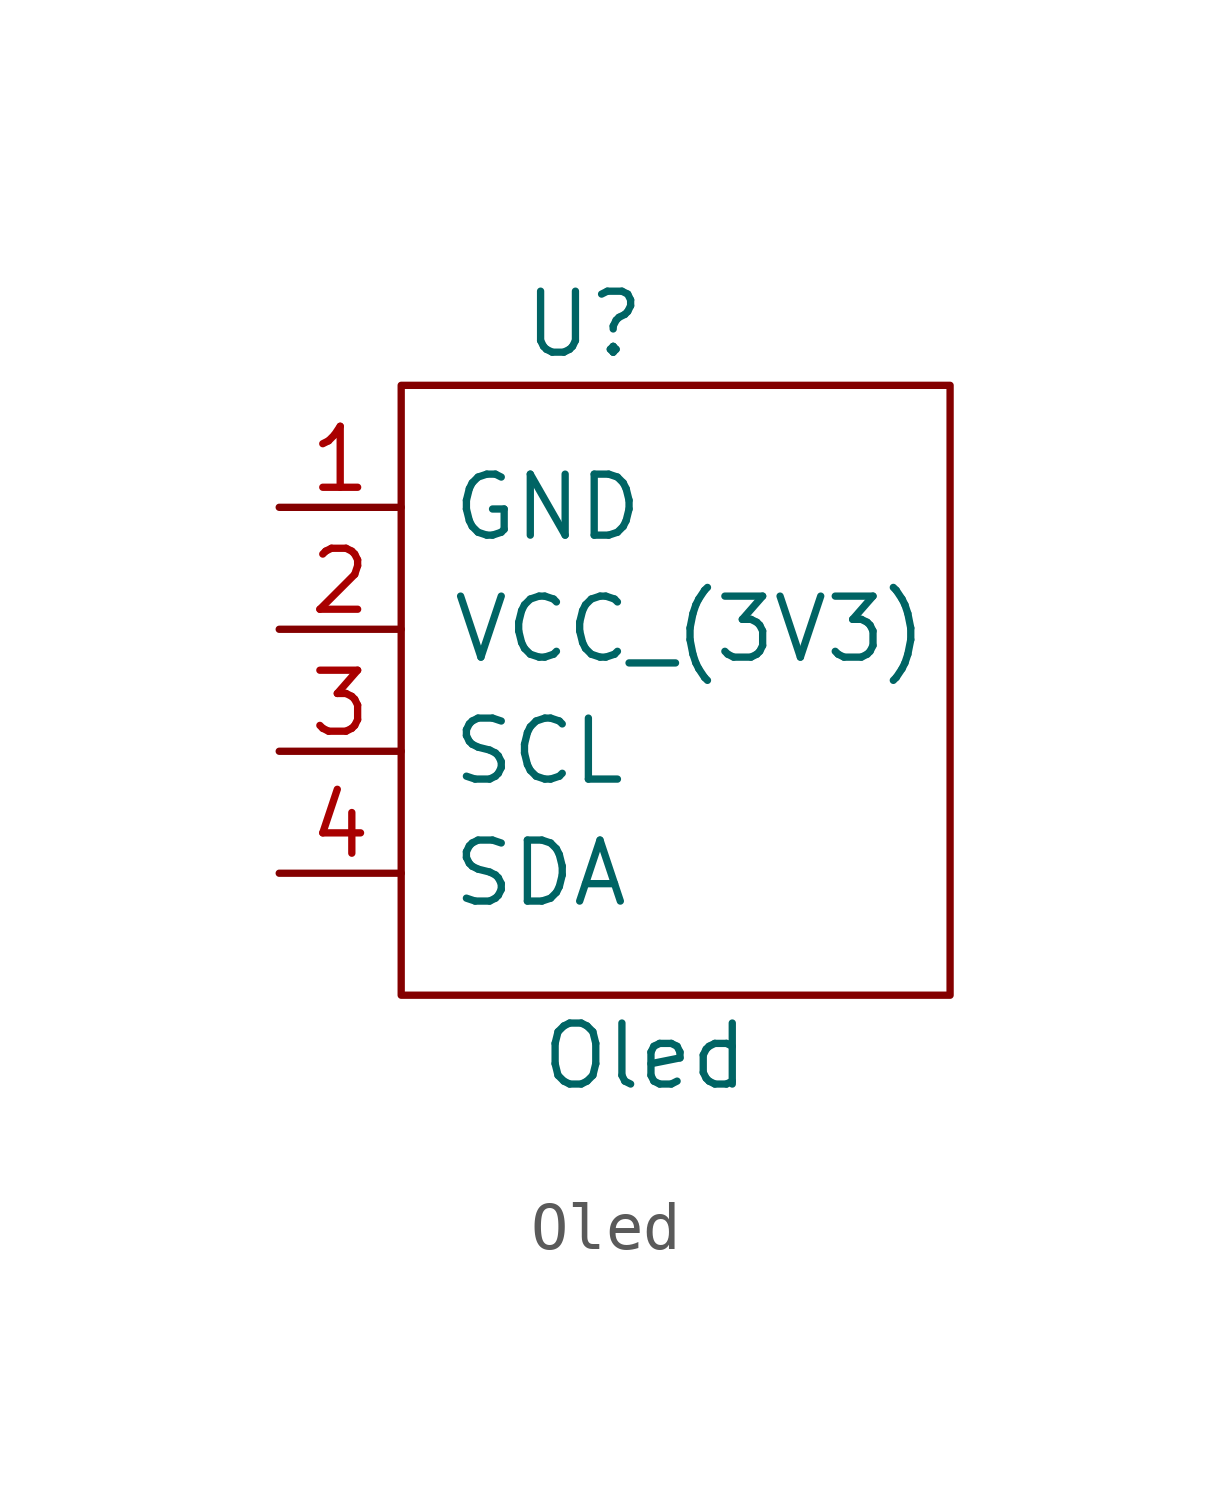
<source format=kicad_sym>
(kicad_symbol_lib
  (version 20220914)
  (generator kicad_symbol_editor)
  (symbol "Oled"
    (pin_names
      (offset 1.016))
    (property "Reference" "U"
      (at 0 0 0)
      (effects (font (size 1.27 1.27))))
    (property "Value" "Oled"
      (at 1.27 -15.24 0)
      (effects (font (size 1.27 1.27))))
    (symbol "Oled_0_1"
      (rectangle (start -3.81 -1.27) (end 7.62 -13.97) (stroke (width 0) (type solid)) (fill (type none))))
    (symbol "Oled_1_1"
      (pin power_in line (at -6.35 -3.81 0) (length 2.54) (name "GND" (effects (font (size 1.27 1.27)))) (number "1" (effects (font (size 1.27 1.27)))))
      (pin power_in line (at -6.35 -6.35 0) (length 2.54) (name "VCC_(3V3)" (effects (font (size 1.27 1.27)))) (number "2" (effects (font (size 1.27 1.27)))))
      (pin input line (at -6.35 -8.89 0) (length 2.54) (name "SCL" (effects (font (size 1.27 1.27)))) (number "3" (effects (font (size 1.27 1.27)))))
      (pin input line (at -6.35 -11.43 0) (length 2.54) (name "SDA" (effects (font (size 1.27 1.27)))) (number "4" (effects (font (size 1.27 1.27))))))))
</source>
